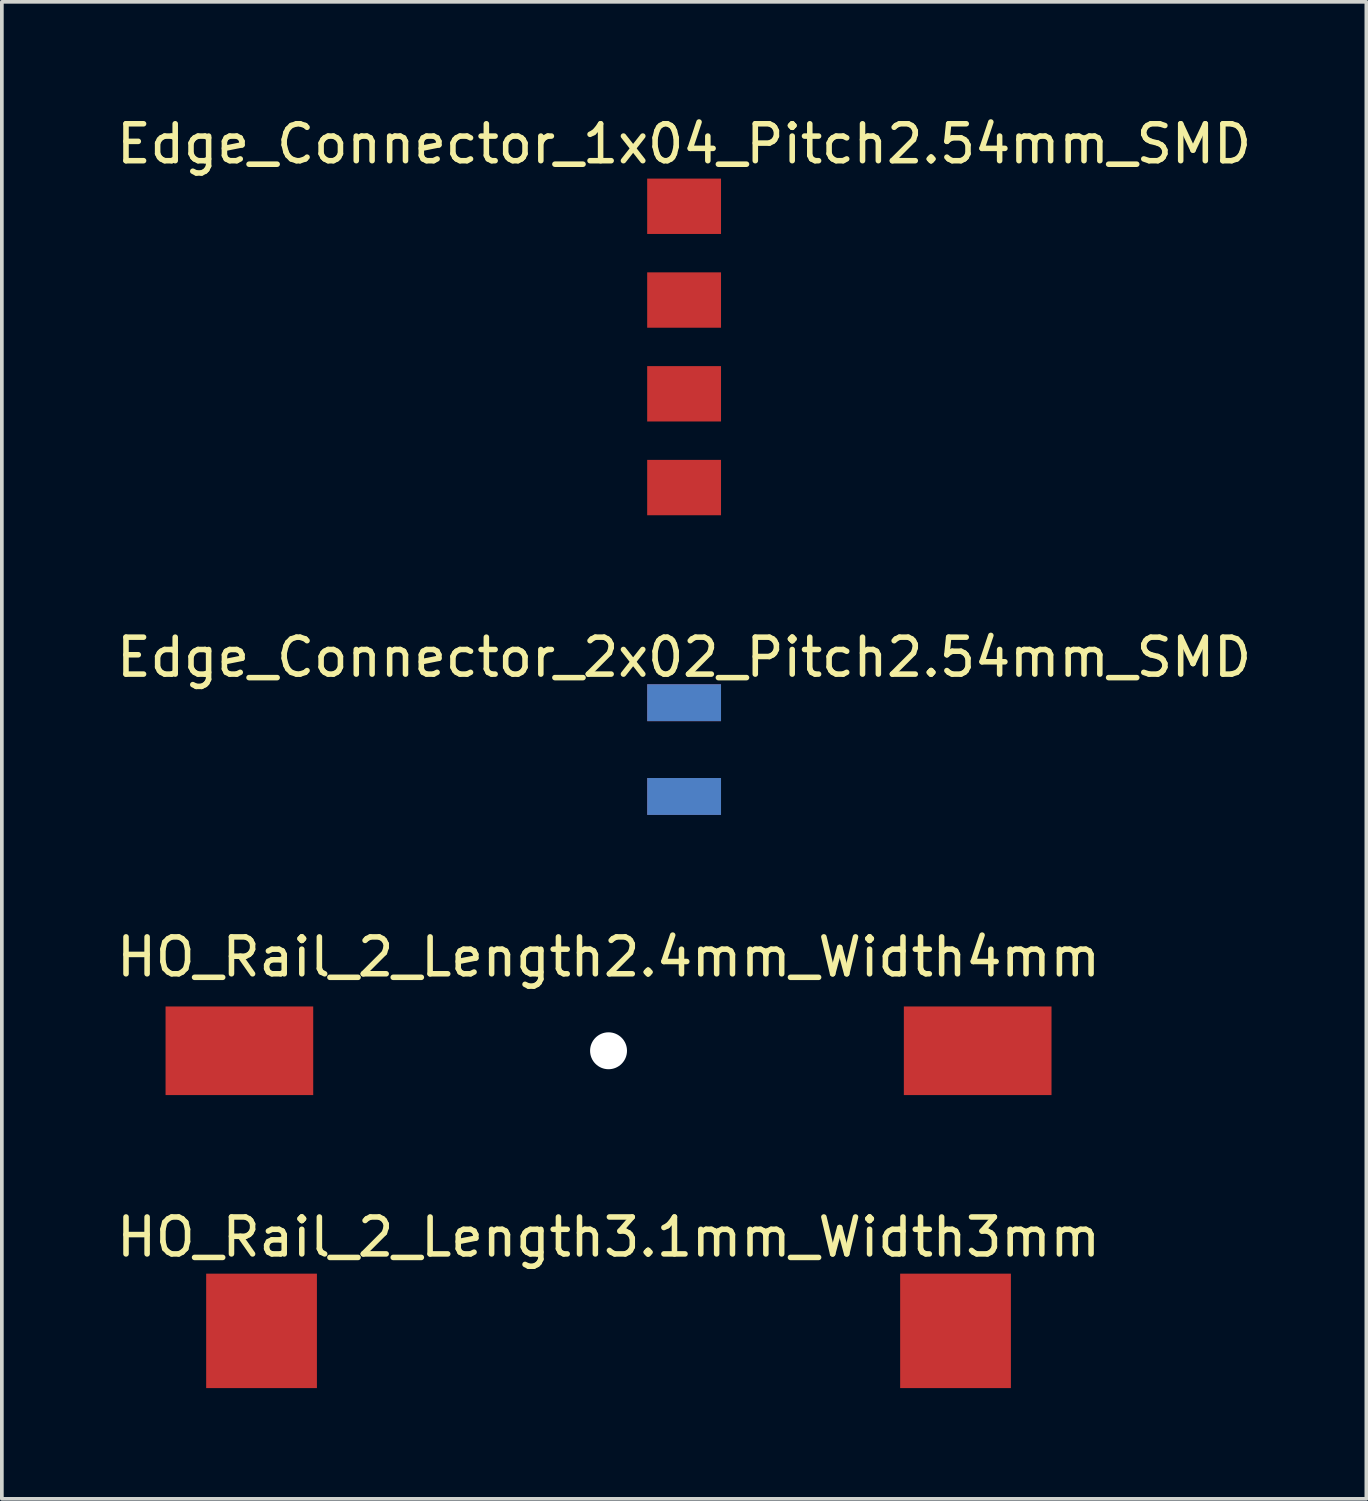
<source format=kicad_pcb>
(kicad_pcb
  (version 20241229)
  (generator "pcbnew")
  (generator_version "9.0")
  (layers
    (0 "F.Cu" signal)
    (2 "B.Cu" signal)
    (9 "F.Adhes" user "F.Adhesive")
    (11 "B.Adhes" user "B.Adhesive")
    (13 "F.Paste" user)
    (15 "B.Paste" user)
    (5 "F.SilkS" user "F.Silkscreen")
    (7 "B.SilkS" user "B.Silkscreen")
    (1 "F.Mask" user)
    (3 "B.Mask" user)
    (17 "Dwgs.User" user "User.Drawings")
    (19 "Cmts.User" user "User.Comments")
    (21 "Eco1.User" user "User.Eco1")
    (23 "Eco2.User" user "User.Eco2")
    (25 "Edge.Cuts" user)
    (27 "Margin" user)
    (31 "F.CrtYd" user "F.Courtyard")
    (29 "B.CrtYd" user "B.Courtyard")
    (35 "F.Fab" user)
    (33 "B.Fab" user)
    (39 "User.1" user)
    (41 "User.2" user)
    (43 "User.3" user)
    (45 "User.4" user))
  (footprint "Edge_Connector_2x02_Pitch2.54mm_SMD"
    (layer "F.Cu")
    (at 16.482 17.256)
    (property "Reference" "Edge_Connector_2x02_Pitch2.54mm_SMD" (at -1 -2.5 0) (layer "F.SilkS") (effects (font (size 1 1) (thickness 0.15))))
    (attr through_hole)
    (pad "1" smd rect (at -1 -1.27) (size 2 1) (layers "F.Cu" "F.Mask"))
    (pad "2" smd rect (at -1 -1.27) (size 2 1) (layers "B.Cu" "B.Mask"))
    (pad "3" smd rect (at -1 1.27) (size 2 1) (layers "F.Cu" "F.Mask"))
    (pad "4" smd rect (at -1 1.27) (size 2 1) (layers "B.Cu" "B.Mask")))
  (footprint "Edge_Connector_1x04_Pitch2.54mm_SMD"
    (layer "F.Cu")
    (at 16.482 6.348)
    (property "Reference" "Edge_Connector_1x04_Pitch2.54mm_SMD" (at -1 -5.5 0) (layer "F.SilkS") (effects (font (size 1 1) (thickness 0.15))))
    (attr through_hole)
    (pad "1" smd rect (at -1 -3.81) (size 2 1.5) (layers "F.Cu" "F.Mask"))
    (pad "2" smd rect (at -1 -1.27) (size 2 1.5) (layers "F.Cu" "F.Mask"))
    (pad "3" smd rect (at -1 1.27) (size 2 1.5) (layers "F.Cu" "F.Mask"))
    (pad "4" smd rect (at -1 3.81) (size 2 1.5) (layers "F.Cu" "F.Mask")))
  (footprint "HO_Rail_2_Length2.4mm_Width4mm"
    (layer "F.Cu")
    (at 13.435 25.415)
    (property "Reference" "HO_Rail_2_Length2.4mm_Width4mm" (at 0 -2.54 0) (layer "F.SilkS") (effects (font (size 1 1) (thickness 0.15))))
    (attr through_hole)
    (pad "" np_thru_hole circle (at 0 0) (size 1 1) (drill 1) (layers "*.Cu" "*.Mask"))
    (pad "1" smd rect (at -10 0) (size 4 2.4) (layers "F.Cu" "F.Mask"))
    (pad "2" smd rect (at 10 0) (size 4 2.4) (layers "F.Cu" "F.Mask")))
  (footprint "HO_Rail_2_Length3.1mm_Width3mm"
    (layer "F.Cu")
    (at 13.435 33.003)
    (property "Reference" "HO_Rail_2_Length3.1mm_Width3mm" (at 0 -2.54 0) (layer "F.SilkS") (effects (font (size 1 1) (thickness 0.15))))
    (attr through_hole)
    (pad "1" smd rect (at -9.4 0) (size 3 3.1) (layers "F.Cu" "F.Mask" "F.Paste"))
    (pad "2" smd rect (at 9.4 0) (size 3 3.1) (layers "F.Cu" "F.Mask" "F.Paste")))
  (gr_rect
    (start -3 -3)
    (end 33.964 37.553)
    (stroke (width 0.1) (type default))
    (fill no)
    (layer "Edge.Cuts")))
</source>
